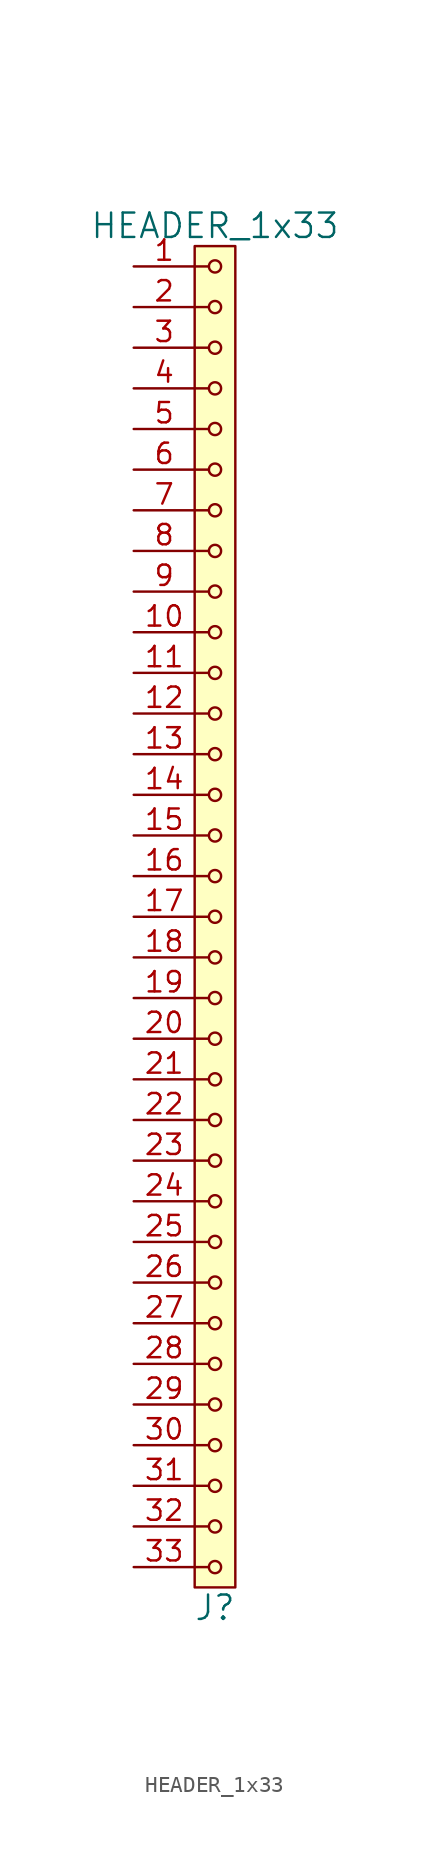
<source format=kicad_sym>
(kicad_symbol_lib
  (version 20211014)
  (generator kicad_symbol_editor)
  (symbol "HEADER_1x33"
    (pin_names
      (offset 1.016))
    (property "Reference" "J"
      (at 0 -43.18 0)
      (effects (font (size 1.524 1.524))))
    (property "Value" "HEADER_1x33"
      (at 0 43.18 0)
      (effects (font (size 1.524 1.524))))
    (property "Footprint" ""
      (at 0 40.64 0)
      (effects (font (size 1.524 1.524))))
    (property "Datasheet" ""
      (at 0 40.64 0)
      (effects (font (size 1.524 1.524))))
    (symbol "HEADER_1x33_0_1"
      (rectangle (start -1.27 41.91) (end 1.27 -41.91) (stroke (width 0) (type default) (color 0 0 0 0)) (fill (type background)))
      (circle (center 0 -40.64) (radius 0.381) (stroke (width 0) (type default) (color 0 0 0 0)) (fill (type none)))
      (circle (center 0 -38.1) (radius 0.381) (stroke (width 0) (type default) (color 0 0 0 0)) (fill (type none)))
      (circle (center 0 -35.56) (radius 0.381) (stroke (width 0) (type default) (color 0 0 0 0)) (fill (type none)))
      (circle (center 0 -33.02) (radius 0.381) (stroke (width 0) (type default) (color 0 0 0 0)) (fill (type none)))
      (circle (center 0 -30.48) (radius 0.381) (stroke (width 0) (type default) (color 0 0 0 0)) (fill (type none)))
      (circle (center 0 -27.94) (radius 0.381) (stroke (width 0) (type default) (color 0 0 0 0)) (fill (type none)))
      (circle (center 0 -25.4) (radius 0.381) (stroke (width 0) (type default) (color 0 0 0 0)) (fill (type none)))
      (circle (center 0 -22.86) (radius 0.381) (stroke (width 0) (type default) (color 0 0 0 0)) (fill (type none)))
      (circle (center 0 -20.32) (radius 0.381) (stroke (width 0) (type default) (color 0 0 0 0)) (fill (type none)))
      (circle (center 0 -17.78) (radius 0.381) (stroke (width 0) (type default) (color 0 0 0 0)) (fill (type none)))
      (circle (center 0 -15.24) (radius 0.381) (stroke (width 0) (type default) (color 0 0 0 0)) (fill (type none)))
      (circle (center 0 -12.7) (radius 0.381) (stroke (width 0) (type default) (color 0 0 0 0)) (fill (type none)))
      (circle (center 0 -10.16) (radius 0.381) (stroke (width 0) (type default) (color 0 0 0 0)) (fill (type none)))
      (circle (center 0 -7.62) (radius 0.381) (stroke (width 0) (type default) (color 0 0 0 0)) (fill (type none)))
      (circle (center 0 -5.08) (radius 0.381) (stroke (width 0) (type default) (color 0 0 0 0)) (fill (type none)))
      (circle (center 0 -2.54) (radius 0.381) (stroke (width 0) (type default) (color 0 0 0 0)) (fill (type none)))
      (polyline (pts (xy -1.27 -40.64) (xy -0.381 -40.64)) (stroke (width 0) (type default) (color 0 0 0 0)) (fill (type none)))
      (polyline (pts (xy -1.27 -38.1) (xy -0.381 -38.1)) (stroke (width 0) (type default) (color 0 0 0 0)) (fill (type none)))
      (polyline (pts (xy -1.27 -35.56) (xy -0.381 -35.56)) (stroke (width 0) (type default) (color 0 0 0 0)) (fill (type none)))
      (polyline (pts (xy -1.27 -33.02) (xy -0.381 -33.02)) (stroke (width 0) (type default) (color 0 0 0 0)) (fill (type none)))
      (polyline (pts (xy -1.27 -30.48) (xy -0.381 -30.48)) (stroke (width 0) (type default) (color 0 0 0 0)) (fill (type none)))
      (polyline (pts (xy -1.27 -27.94) (xy -0.381 -27.94)) (stroke (width 0) (type default) (color 0 0 0 0)) (fill (type none)))
      (polyline (pts (xy -1.27 -25.4) (xy -0.381 -25.4)) (stroke (width 0) (type default) (color 0 0 0 0)) (fill (type none)))
      (polyline (pts (xy -1.27 -22.86) (xy -0.381 -22.86)) (stroke (width 0) (type default) (color 0 0 0 0)) (fill (type none)))
      (polyline (pts (xy -1.27 -20.32) (xy -0.381 -20.32)) (stroke (width 0) (type default) (color 0 0 0 0)) (fill (type none)))
      (polyline (pts (xy -1.27 -17.78) (xy -0.381 -17.78)) (stroke (width 0) (type default) (color 0 0 0 0)) (fill (type none)))
      (polyline (pts (xy -1.27 -15.24) (xy -0.381 -15.24)) (stroke (width 0) (type default) (color 0 0 0 0)) (fill (type none)))
      (polyline (pts (xy -1.27 -12.7) (xy -0.381 -12.7)) (stroke (width 0) (type default) (color 0 0 0 0)) (fill (type none)))
      (polyline (pts (xy -1.27 -10.16) (xy -0.381 -10.16)) (stroke (width 0) (type default) (color 0 0 0 0)) (fill (type none)))
      (polyline (pts (xy -1.27 -7.62) (xy -0.381 -7.62)) (stroke (width 0) (type default) (color 0 0 0 0)) (fill (type none)))
      (polyline (pts (xy -1.27 -5.08) (xy -0.381 -5.08)) (stroke (width 0) (type default) (color 0 0 0 0)) (fill (type none)))
      (polyline (pts (xy -1.27 -2.54) (xy -0.381 -2.54)) (stroke (width 0) (type default) (color 0 0 0 0)) (fill (type none)))
      (polyline (pts (xy -1.27 0) (xy -0.381 0)) (stroke (width 0) (type default) (color 0 0 0 0)) (fill (type none)))
      (polyline (pts (xy -1.27 2.54) (xy -0.381 2.54)) (stroke (width 0) (type default) (color 0 0 0 0)) (fill (type none)))
      (polyline (pts (xy -1.27 5.08) (xy -0.381 5.08)) (stroke (width 0) (type default) (color 0 0 0 0)) (fill (type none)))
      (polyline (pts (xy -1.27 7.62) (xy -0.381 7.62)) (stroke (width 0) (type default) (color 0 0 0 0)) (fill (type none)))
      (polyline (pts (xy -1.27 10.16) (xy -0.381 10.16)) (stroke (width 0) (type default) (color 0 0 0 0)) (fill (type none)))
      (polyline (pts (xy -1.27 12.7) (xy -0.381 12.7)) (stroke (width 0) (type default) (color 0 0 0 0)) (fill (type none)))
      (polyline (pts (xy -1.27 15.24) (xy -0.381 15.24)) (stroke (width 0) (type default) (color 0 0 0 0)) (fill (type none)))
      (polyline (pts (xy -1.27 17.78) (xy -0.381 17.78)) (stroke (width 0) (type default) (color 0 0 0 0)) (fill (type none)))
      (polyline (pts (xy -1.27 20.32) (xy -0.381 20.32)) (stroke (width 0) (type default) (color 0 0 0 0)) (fill (type none)))
      (polyline (pts (xy -1.27 22.86) (xy -0.381 22.86)) (stroke (width 0) (type default) (color 0 0 0 0)) (fill (type none)))
      (polyline (pts (xy -1.27 25.4) (xy -0.381 25.4)) (stroke (width 0) (type default) (color 0 0 0 0)) (fill (type none)))
      (polyline (pts (xy -1.27 27.94) (xy -0.381 27.94)) (stroke (width 0) (type default) (color 0 0 0 0)) (fill (type none)))
      (polyline (pts (xy -1.27 30.48) (xy -0.381 30.48)) (stroke (width 0) (type default) (color 0 0 0 0)) (fill (type none)))
      (polyline (pts (xy -1.27 33.02) (xy -0.381 33.02)) (stroke (width 0) (type default) (color 0 0 0 0)) (fill (type none)))
      (polyline (pts (xy -1.27 35.56) (xy -0.381 35.56)) (stroke (width 0) (type default) (color 0 0 0 0)) (fill (type none)))
      (polyline (pts (xy -1.27 38.1) (xy -0.381 38.1)) (stroke (width 0) (type default) (color 0 0 0 0)) (fill (type none)))
      (polyline (pts (xy -1.27 40.64) (xy -0.381 40.64)) (stroke (width 0) (type default) (color 0 0 0 0)) (fill (type none)))
      (circle (center 0 0) (radius 0.381) (stroke (width 0) (type default) (color 0 0 0 0)) (fill (type none)))
      (circle (center 0 2.54) (radius 0.381) (stroke (width 0) (type default) (color 0 0 0 0)) (fill (type none)))
      (circle (center 0 5.08) (radius 0.381) (stroke (width 0) (type default) (color 0 0 0 0)) (fill (type none)))
      (circle (center 0 7.62) (radius 0.381) (stroke (width 0) (type default) (color 0 0 0 0)) (fill (type none)))
      (circle (center 0 10.16) (radius 0.381) (stroke (width 0) (type default) (color 0 0 0 0)) (fill (type none)))
      (circle (center 0 12.7) (radius 0.381) (stroke (width 0) (type default) (color 0 0 0 0)) (fill (type none)))
      (circle (center 0 15.24) (radius 0.381) (stroke (width 0) (type default) (color 0 0 0 0)) (fill (type none)))
      (circle (center 0 17.78) (radius 0.381) (stroke (width 0) (type default) (color 0 0 0 0)) (fill (type none)))
      (circle (center 0 20.32) (radius 0.381) (stroke (width 0) (type default) (color 0 0 0 0)) (fill (type none)))
      (circle (center 0 22.86) (radius 0.381) (stroke (width 0) (type default) (color 0 0 0 0)) (fill (type none)))
      (circle (center 0 25.4) (radius 0.381) (stroke (width 0) (type default) (color 0 0 0 0)) (fill (type none)))
      (circle (center 0 27.94) (radius 0.381) (stroke (width 0) (type default) (color 0 0 0 0)) (fill (type none)))
      (circle (center 0 30.48) (radius 0.381) (stroke (width 0) (type default) (color 0 0 0 0)) (fill (type none)))
      (circle (center 0 33.02) (radius 0.381) (stroke (width 0) (type default) (color 0 0 0 0)) (fill (type none)))
      (circle (center 0 35.56) (radius 0.381) (stroke (width 0) (type default) (color 0 0 0 0)) (fill (type none)))
      (circle (center 0 38.1) (radius 0.381) (stroke (width 0) (type default) (color 0 0 0 0)) (fill (type none)))
      (circle (center 0 40.64) (radius 0.381) (stroke (width 0) (type default) (color 0 0 0 0)) (fill (type none))))
    (symbol "HEADER_1x33_1_1"
      (pin input line (at -5.08 40.64 0) (length 3.81) (name "~" (effects (font (size 1.27 1.27)))) (number "1" (effects (font (size 1.27 1.27)))))
      (pin input line (at -5.08 17.78 0) (length 3.81) (name "~" (effects (font (size 1.27 1.27)))) (number "10" (effects (font (size 1.27 1.27)))))
      (pin input line (at -5.08 15.24 0) (length 3.81) (name "~" (effects (font (size 1.27 1.27)))) (number "11" (effects (font (size 1.27 1.27)))))
      (pin input line (at -5.08 12.7 0) (length 3.81) (name "~" (effects (font (size 1.27 1.27)))) (number "12" (effects (font (size 1.27 1.27)))))
      (pin input line (at -5.08 10.16 0) (length 3.81) (name "~" (effects (font (size 1.27 1.27)))) (number "13" (effects (font (size 1.27 1.27)))))
      (pin input line (at -5.08 7.62 0) (length 3.81) (name "~" (effects (font (size 1.27 1.27)))) (number "14" (effects (font (size 1.27 1.27)))))
      (pin input line (at -5.08 5.08 0) (length 3.81) (name "~" (effects (font (size 1.27 1.27)))) (number "15" (effects (font (size 1.27 1.27)))))
      (pin input line (at -5.08 2.54 0) (length 3.81) (name "~" (effects (font (size 1.27 1.27)))) (number "16" (effects (font (size 1.27 1.27)))))
      (pin input line (at -5.08 0 0) (length 3.81) (name "~" (effects (font (size 1.27 1.27)))) (number "17" (effects (font (size 1.27 1.27)))))
      (pin input line (at -5.08 -2.54 0) (length 3.81) (name "~" (effects (font (size 1.27 1.27)))) (number "18" (effects (font (size 1.27 1.27)))))
      (pin input line (at -5.08 -5.08 0) (length 3.81) (name "~" (effects (font (size 1.27 1.27)))) (number "19" (effects (font (size 1.27 1.27)))))
      (pin input line (at -5.08 38.1 0) (length 3.81) (name "~" (effects (font (size 1.27 1.27)))) (number "2" (effects (font (size 1.27 1.27)))))
      (pin input line (at -5.08 -7.62 0) (length 3.81) (name "~" (effects (font (size 1.27 1.27)))) (number "20" (effects (font (size 1.27 1.27)))))
      (pin input line (at -5.08 -10.16 0) (length 3.81) (name "~" (effects (font (size 1.27 1.27)))) (number "21" (effects (font (size 1.27 1.27)))))
      (pin input line (at -5.08 -12.7 0) (length 3.81) (name "~" (effects (font (size 1.27 1.27)))) (number "22" (effects (font (size 1.27 1.27)))))
      (pin input line (at -5.08 -15.24 0) (length 3.81) (name "~" (effects (font (size 1.27 1.27)))) (number "23" (effects (font (size 1.27 1.27)))))
      (pin input line (at -5.08 -17.78 0) (length 3.81) (name "~" (effects (font (size 1.27 1.27)))) (number "24" (effects (font (size 1.27 1.27)))))
      (pin input line (at -5.08 -20.32 0) (length 3.81) (name "~" (effects (font (size 1.27 1.27)))) (number "25" (effects (font (size 1.27 1.27)))))
      (pin input line (at -5.08 -22.86 0) (length 3.81) (name "~" (effects (font (size 1.27 1.27)))) (number "26" (effects (font (size 1.27 1.27)))))
      (pin input line (at -5.08 -25.4 0) (length 3.81) (name "~" (effects (font (size 1.27 1.27)))) (number "27" (effects (font (size 1.27 1.27)))))
      (pin input line (at -5.08 -27.94 0) (length 3.81) (name "~" (effects (font (size 1.27 1.27)))) (number "28" (effects (font (size 1.27 1.27)))))
      (pin input line (at -5.08 -30.48 0) (length 3.81) (name "~" (effects (font (size 1.27 1.27)))) (number "29" (effects (font (size 1.27 1.27)))))
      (pin input line (at -5.08 35.56 0) (length 3.81) (name "~" (effects (font (size 1.27 1.27)))) (number "3" (effects (font (size 1.27 1.27)))))
      (pin input line (at -5.08 -33.02 0) (length 3.81) (name "~" (effects (font (size 1.27 1.27)))) (number "30" (effects (font (size 1.27 1.27)))))
      (pin input line (at -5.08 -35.56 0) (length 3.81) (name "~" (effects (font (size 1.27 1.27)))) (number "31" (effects (font (size 1.27 1.27)))))
      (pin input line (at -5.08 -38.1 0) (length 3.81) (name "~" (effects (font (size 1.27 1.27)))) (number "32" (effects (font (size 1.27 1.27)))))
      (pin input line (at -5.08 -40.64 0) (length 3.81) (name "~" (effects (font (size 1.27 1.27)))) (number "33" (effects (font (size 1.27 1.27)))))
      (pin input line (at -5.08 33.02 0) (length 3.81) (name "~" (effects (font (size 1.27 1.27)))) (number "4" (effects (font (size 1.27 1.27)))))
      (pin input line (at -5.08 30.48 0) (length 3.81) (name "~" (effects (font (size 1.27 1.27)))) (number "5" (effects (font (size 1.27 1.27)))))
      (pin input line (at -5.08 27.94 0) (length 3.81) (name "~" (effects (font (size 1.27 1.27)))) (number "6" (effects (font (size 1.27 1.27)))))
      (pin input line (at -5.08 25.4 0) (length 3.81) (name "~" (effects (font (size 1.27 1.27)))) (number "7" (effects (font (size 1.27 1.27)))))
      (pin input line (at -5.08 22.86 0) (length 3.81) (name "~" (effects (font (size 1.27 1.27)))) (number "8" (effects (font (size 1.27 1.27)))))
      (pin input line (at -5.08 20.32 0) (length 3.81) (name "~" (effects (font (size 1.27 1.27)))) (number "9" (effects (font (size 1.27 1.27))))))))
</source>
